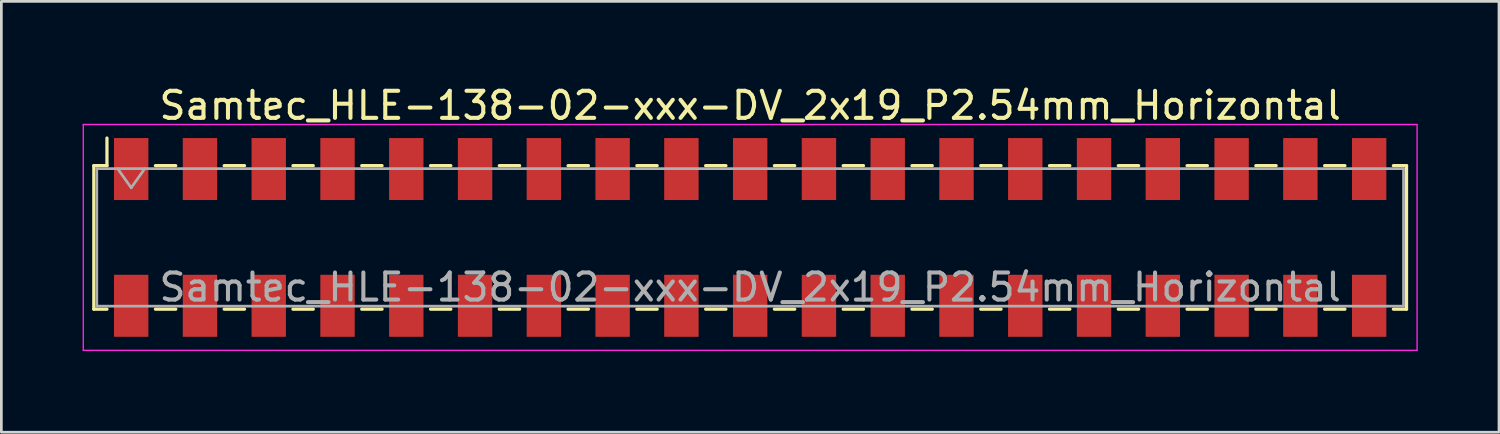
<source format=kicad_pcb>
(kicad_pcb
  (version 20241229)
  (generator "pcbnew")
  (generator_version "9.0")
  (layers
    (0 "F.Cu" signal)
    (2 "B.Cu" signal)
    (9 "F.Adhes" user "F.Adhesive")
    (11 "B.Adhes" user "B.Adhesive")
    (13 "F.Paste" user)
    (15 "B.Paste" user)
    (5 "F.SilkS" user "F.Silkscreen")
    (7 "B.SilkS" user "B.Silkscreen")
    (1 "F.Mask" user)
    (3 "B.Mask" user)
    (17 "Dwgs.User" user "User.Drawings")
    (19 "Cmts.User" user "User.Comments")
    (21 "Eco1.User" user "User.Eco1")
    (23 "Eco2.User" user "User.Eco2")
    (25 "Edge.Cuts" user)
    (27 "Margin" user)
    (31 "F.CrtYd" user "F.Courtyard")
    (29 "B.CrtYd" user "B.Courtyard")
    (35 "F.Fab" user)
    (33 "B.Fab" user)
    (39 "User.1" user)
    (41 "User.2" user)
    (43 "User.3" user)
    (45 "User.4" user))
  (footprint "Samtec_HLE-138-02-xxx-DV_2x19_P2.54mm_Horizontal"
    (layer "F.Cu")
    (at 24.655 5.718)
    (property "Reference" "Samtec_HLE-138-02-xxx-DV_2x19_P2.54mm_Horizontal" (at 0 -4.87 0) (layer "F.SilkS") (effects (font (size 1 1) (thickness 0.15))))
    (attr smd)
    (fp_line (start -24.24 -2.65) (end -24.24 2.65) (stroke (width 0.12) (type solid)) (layer "F.SilkS"))
    (fp_line (start -24.24 2.65) (end -23.755 2.65) (stroke (width 0.12) (type solid)) (layer "F.SilkS"))
    (fp_line (start -23.755 -3.67) (end -23.755 -2.65) (stroke (width 0.12) (type solid)) (layer "F.SilkS"))
    (fp_line (start -23.755 -2.65) (end -24.24 -2.65) (stroke (width 0.12) (type solid)) (layer "F.SilkS"))
    (fp_line (start -21.965 -2.65) (end -21.215 -2.65) (stroke (width 0.12) (type solid)) (layer "F.SilkS"))
    (fp_line (start -21.965 2.65) (end -21.215 2.65) (stroke (width 0.12) (type solid)) (layer "F.SilkS"))
    (fp_line (start -19.425 -2.65) (end -18.675 -2.65) (stroke (width 0.12) (type solid)) (layer "F.SilkS"))
    (fp_line (start -19.425 2.65) (end -18.675 2.65) (stroke (width 0.12) (type solid)) (layer "F.SilkS"))
    (fp_line (start -16.885 -2.65) (end -16.135 -2.65) (stroke (width 0.12) (type solid)) (layer "F.SilkS"))
    (fp_line (start -16.885 2.65) (end -16.135 2.65) (stroke (width 0.12) (type solid)) (layer "F.SilkS"))
    (fp_line (start -14.345 -2.65) (end -13.595 -2.65) (stroke (width 0.12) (type solid)) (layer "F.SilkS"))
    (fp_line (start -14.345 2.65) (end -13.595 2.65) (stroke (width 0.12) (type solid)) (layer "F.SilkS"))
    (fp_line (start -11.805 -2.65) (end -11.055 -2.65) (stroke (width 0.12) (type solid)) (layer "F.SilkS"))
    (fp_line (start -11.805 2.65) (end -11.055 2.65) (stroke (width 0.12) (type solid)) (layer "F.SilkS"))
    (fp_line (start -9.265 -2.65) (end -8.515 -2.65) (stroke (width 0.12) (type solid)) (layer "F.SilkS"))
    (fp_line (start -9.265 2.65) (end -8.515 2.65) (stroke (width 0.12) (type solid)) (layer "F.SilkS"))
    (fp_line (start -6.725 -2.65) (end -5.975 -2.65) (stroke (width 0.12) (type solid)) (layer "F.SilkS"))
    (fp_line (start -6.725 2.65) (end -5.975 2.65) (stroke (width 0.12) (type solid)) (layer "F.SilkS"))
    (fp_line (start -4.185 -2.65) (end -3.435 -2.65) (stroke (width 0.12) (type solid)) (layer "F.SilkS"))
    (fp_line (start -4.185 2.65) (end -3.435 2.65) (stroke (width 0.12) (type solid)) (layer "F.SilkS"))
    (fp_line (start -1.645 -2.65) (end -0.895 -2.65) (stroke (width 0.12) (type solid)) (layer "F.SilkS"))
    (fp_line (start -1.645 2.65) (end -0.895 2.65) (stroke (width 0.12) (type solid)) (layer "F.SilkS"))
    (fp_line (start 0.895 -2.65) (end 1.645 -2.65) (stroke (width 0.12) (type solid)) (layer "F.SilkS"))
    (fp_line (start 0.895 2.65) (end 1.645 2.65) (stroke (width 0.12) (type solid)) (layer "F.SilkS"))
    (fp_line (start 3.435 -2.65) (end 4.185 -2.65) (stroke (width 0.12) (type solid)) (layer "F.SilkS"))
    (fp_line (start 3.435 2.65) (end 4.185 2.65) (stroke (width 0.12) (type solid)) (layer "F.SilkS"))
    (fp_line (start 5.975 -2.65) (end 6.725 -2.65) (stroke (width 0.12) (type solid)) (layer "F.SilkS"))
    (fp_line (start 5.975 2.65) (end 6.725 2.65) (stroke (width 0.12) (type solid)) (layer "F.SilkS"))
    (fp_line (start 8.515 -2.65) (end 9.265 -2.65) (stroke (width 0.12) (type solid)) (layer "F.SilkS"))
    (fp_line (start 8.515 2.65) (end 9.265 2.65) (stroke (width 0.12) (type solid)) (layer "F.SilkS"))
    (fp_line (start 11.055 -2.65) (end 11.805 -2.65) (stroke (width 0.12) (type solid)) (layer "F.SilkS"))
    (fp_line (start 11.055 2.65) (end 11.805 2.65) (stroke (width 0.12) (type solid)) (layer "F.SilkS"))
    (fp_line (start 13.595 -2.65) (end 14.345 -2.65) (stroke (width 0.12) (type solid)) (layer "F.SilkS"))
    (fp_line (start 13.595 2.65) (end 14.345 2.65) (stroke (width 0.12) (type solid)) (layer "F.SilkS"))
    (fp_line (start 16.135 -2.65) (end 16.885 -2.65) (stroke (width 0.12) (type solid)) (layer "F.SilkS"))
    (fp_line (start 16.135 2.65) (end 16.885 2.65) (stroke (width 0.12) (type solid)) (layer "F.SilkS"))
    (fp_line (start 18.675 -2.65) (end 19.425 -2.65) (stroke (width 0.12) (type solid)) (layer "F.SilkS"))
    (fp_line (start 18.675 2.65) (end 19.425 2.65) (stroke (width 0.12) (type solid)) (layer "F.SilkS"))
    (fp_line (start 21.215 -2.65) (end 21.965 -2.65) (stroke (width 0.12) (type solid)) (layer "F.SilkS"))
    (fp_line (start 21.215 2.65) (end 21.965 2.65) (stroke (width 0.12) (type solid)) (layer "F.SilkS"))
    (fp_line (start 23.755 -2.65) (end 24.24 -2.65) (stroke (width 0.12) (type solid)) (layer "F.SilkS"))
    (fp_line (start 24.24 -2.65) (end 24.24 2.65) (stroke (width 0.12) (type solid)) (layer "F.SilkS"))
    (fp_line (start 24.24 2.65) (end 23.755 2.65) (stroke (width 0.12) (type solid)) (layer "F.SilkS"))
    (fp_line (start -24.63 -4.17) (end 24.63 -4.17) (stroke (width 0.05) (type solid)) (layer "F.CrtYd"))
    (fp_line (start -24.63 4.17) (end -24.63 -4.17) (stroke (width 0.05) (type solid)) (layer "F.CrtYd"))
    (fp_line (start 24.63 -4.17) (end 24.63 4.17) (stroke (width 0.05) (type solid)) (layer "F.CrtYd"))
    (fp_line (start 24.63 4.17) (end -24.63 4.17) (stroke (width 0.05) (type solid)) (layer "F.CrtYd"))
    (fp_line (start -24.13 -2.54) (end 24.13 -2.54) (stroke (width 0.1) (type solid)) (layer "F.Fab"))
    (fp_line (start -24.13 2.54) (end -24.13 -2.54) (stroke (width 0.1) (type solid)) (layer "F.Fab"))
    (fp_line (start -23.36 -2.54) (end -22.86 -1.833) (stroke (width 0.1) (type solid)) (layer "F.Fab"))
    (fp_line (start -22.86 -1.833) (end -22.36 -2.54) (stroke (width 0.1) (type solid)) (layer "F.Fab"))
    (fp_line (start 24.13 -2.54) (end 24.13 2.54) (stroke (width 0.1) (type solid)) (layer "F.Fab"))
    (fp_line (start 24.13 2.54) (end -24.13 2.54) (stroke (width 0.1) (type solid)) (layer "F.Fab"))
    (fp_text user "${REFERENCE}" (at 0 1.84 0) (layer "F.Fab") (effects (font (size 1 1) (thickness 0.15))))
    (pad "1" smd rect (at -22.86 -2.525) (size 1.27 2.29) (layers "F.Cu" "F.Mask" "F.Paste"))
    (pad "2" smd rect (at -22.86 2.525) (size 1.27 2.29) (layers "F.Cu" "F.Mask" "F.Paste"))
    (pad "3" smd rect (at -20.32 -2.525) (size 1.27 2.29) (layers "F.Cu" "F.Mask" "F.Paste"))
    (pad "4" smd rect (at -20.32 2.525) (size 1.27 2.29) (layers "F.Cu" "F.Mask" "F.Paste"))
    (pad "5" smd rect (at -17.78 -2.525) (size 1.27 2.29) (layers "F.Cu" "F.Mask" "F.Paste"))
    (pad "6" smd rect (at -17.78 2.525) (size 1.27 2.29) (layers "F.Cu" "F.Mask" "F.Paste"))
    (pad "7" smd rect (at -15.24 -2.525) (size 1.27 2.29) (layers "F.Cu" "F.Mask" "F.Paste"))
    (pad "8" smd rect (at -15.24 2.525) (size 1.27 2.29) (layers "F.Cu" "F.Mask" "F.Paste"))
    (pad "9" smd rect (at -12.7 -2.525) (size 1.27 2.29) (layers "F.Cu" "F.Mask" "F.Paste"))
    (pad "10" smd rect (at -12.7 2.525) (size 1.27 2.29) (layers "F.Cu" "F.Mask" "F.Paste"))
    (pad "11" smd rect (at -10.16 -2.525) (size 1.27 2.29) (layers "F.Cu" "F.Mask" "F.Paste"))
    (pad "12" smd rect (at -10.16 2.525) (size 1.27 2.29) (layers "F.Cu" "F.Mask" "F.Paste"))
    (pad "13" smd rect (at -7.62 -2.525) (size 1.27 2.29) (layers "F.Cu" "F.Mask" "F.Paste"))
    (pad "14" smd rect (at -7.62 2.525) (size 1.27 2.29) (layers "F.Cu" "F.Mask" "F.Paste"))
    (pad "15" smd rect (at -5.08 -2.525) (size 1.27 2.29) (layers "F.Cu" "F.Mask" "F.Paste"))
    (pad "16" smd rect (at -5.08 2.525) (size 1.27 2.29) (layers "F.Cu" "F.Mask" "F.Paste"))
    (pad "17" smd rect (at -2.54 -2.525) (size 1.27 2.29) (layers "F.Cu" "F.Mask" "F.Paste"))
    (pad "18" smd rect (at -2.54 2.525) (size 1.27 2.29) (layers "F.Cu" "F.Mask" "F.Paste"))
    (pad "19" smd rect (at 0 -2.525) (size 1.27 2.29) (layers "F.Cu" "F.Mask" "F.Paste"))
    (pad "20" smd rect (at 0 2.525) (size 1.27 2.29) (layers "F.Cu" "F.Mask" "F.Paste"))
    (pad "21" smd rect (at 2.54 -2.525) (size 1.27 2.29) (layers "F.Cu" "F.Mask" "F.Paste"))
    (pad "22" smd rect (at 2.54 2.525) (size 1.27 2.29) (layers "F.Cu" "F.Mask" "F.Paste"))
    (pad "23" smd rect (at 5.08 -2.525) (size 1.27 2.29) (layers "F.Cu" "F.Mask" "F.Paste"))
    (pad "24" smd rect (at 5.08 2.525) (size 1.27 2.29) (layers "F.Cu" "F.Mask" "F.Paste"))
    (pad "25" smd rect (at 7.62 -2.525) (size 1.27 2.29) (layers "F.Cu" "F.Mask" "F.Paste"))
    (pad "26" smd rect (at 7.62 2.525) (size 1.27 2.29) (layers "F.Cu" "F.Mask" "F.Paste"))
    (pad "27" smd rect (at 10.16 -2.525) (size 1.27 2.29) (layers "F.Cu" "F.Mask" "F.Paste"))
    (pad "28" smd rect (at 10.16 2.525) (size 1.27 2.29) (layers "F.Cu" "F.Mask" "F.Paste"))
    (pad "29" smd rect (at 12.7 -2.525) (size 1.27 2.29) (layers "F.Cu" "F.Mask" "F.Paste"))
    (pad "30" smd rect (at 12.7 2.525) (size 1.27 2.29) (layers "F.Cu" "F.Mask" "F.Paste"))
    (pad "31" smd rect (at 15.24 -2.525) (size 1.27 2.29) (layers "F.Cu" "F.Mask" "F.Paste"))
    (pad "32" smd rect (at 15.24 2.525) (size 1.27 2.29) (layers "F.Cu" "F.Mask" "F.Paste"))
    (pad "33" smd rect (at 17.78 -2.525) (size 1.27 2.29) (layers "F.Cu" "F.Mask" "F.Paste"))
    (pad "34" smd rect (at 17.78 2.525) (size 1.27 2.29) (layers "F.Cu" "F.Mask" "F.Paste"))
    (pad "35" smd rect (at 20.32 -2.525) (size 1.27 2.29) (layers "F.Cu" "F.Mask" "F.Paste"))
    (pad "36" smd rect (at 20.32 2.525) (size 1.27 2.29) (layers "F.Cu" "F.Mask" "F.Paste"))
    (pad "37" smd rect (at 22.86 -2.525) (size 1.27 2.29) (layers "F.Cu" "F.Mask" "F.Paste"))
    (pad "38" smd rect (at 22.86 2.525) (size 1.27 2.29) (layers "F.Cu" "F.Mask" "F.Paste")))
  (gr_rect
    (start -3 -3)
    (end 52.31 12.913)
    (stroke (width 0.1) (type default))
    (fill no)
    (layer "Edge.Cuts")))
</source>
